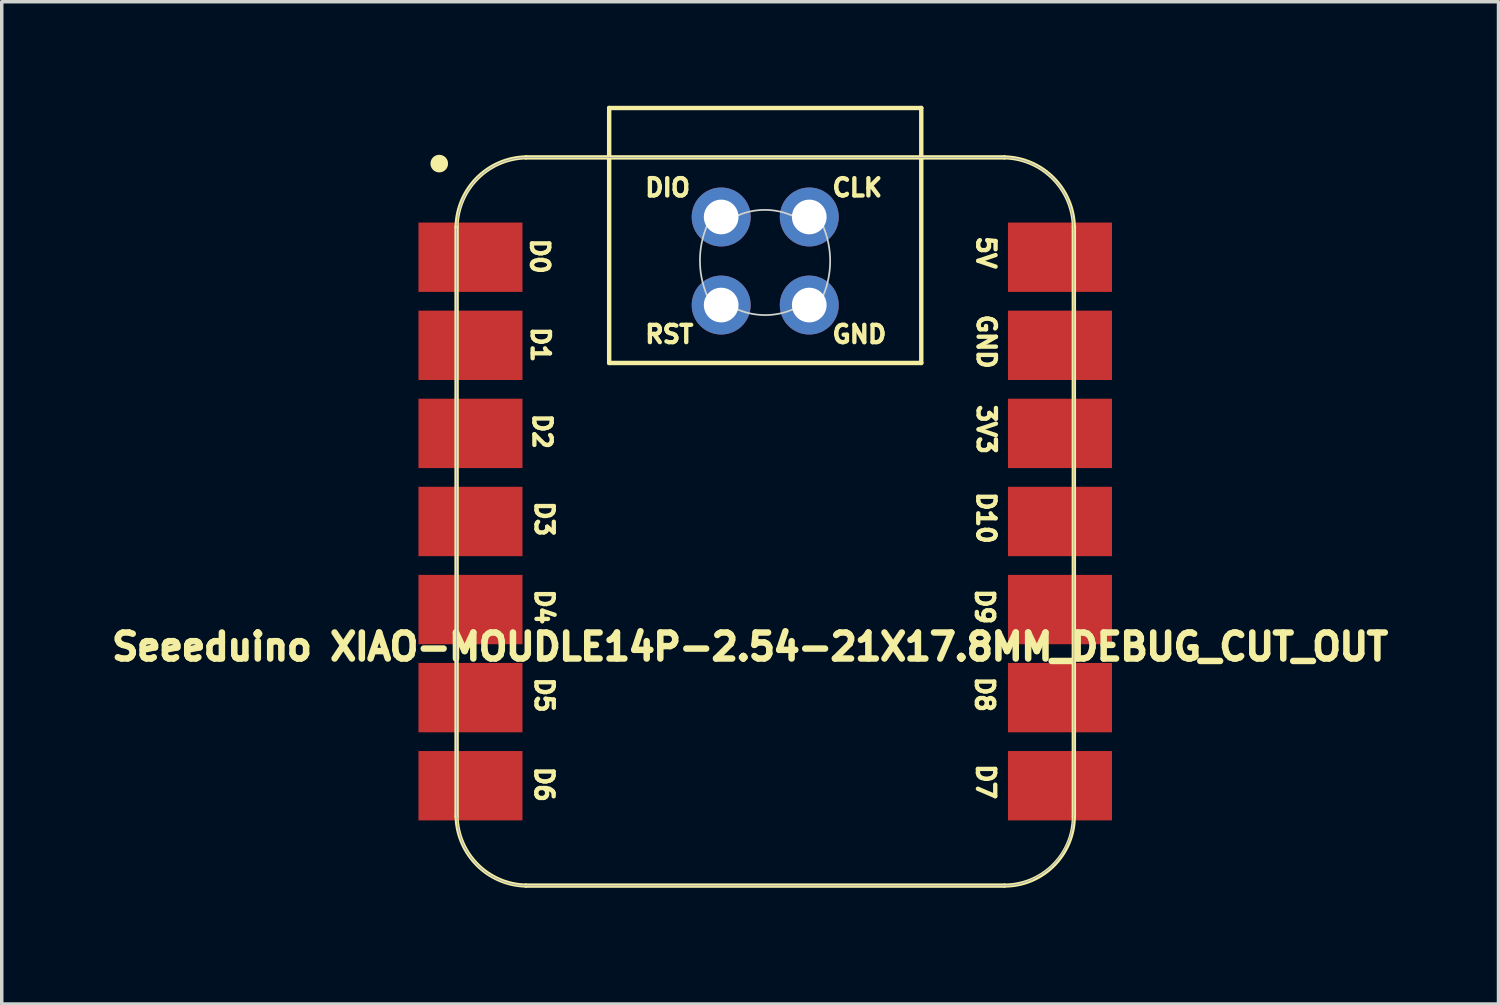
<source format=kicad_pcb>
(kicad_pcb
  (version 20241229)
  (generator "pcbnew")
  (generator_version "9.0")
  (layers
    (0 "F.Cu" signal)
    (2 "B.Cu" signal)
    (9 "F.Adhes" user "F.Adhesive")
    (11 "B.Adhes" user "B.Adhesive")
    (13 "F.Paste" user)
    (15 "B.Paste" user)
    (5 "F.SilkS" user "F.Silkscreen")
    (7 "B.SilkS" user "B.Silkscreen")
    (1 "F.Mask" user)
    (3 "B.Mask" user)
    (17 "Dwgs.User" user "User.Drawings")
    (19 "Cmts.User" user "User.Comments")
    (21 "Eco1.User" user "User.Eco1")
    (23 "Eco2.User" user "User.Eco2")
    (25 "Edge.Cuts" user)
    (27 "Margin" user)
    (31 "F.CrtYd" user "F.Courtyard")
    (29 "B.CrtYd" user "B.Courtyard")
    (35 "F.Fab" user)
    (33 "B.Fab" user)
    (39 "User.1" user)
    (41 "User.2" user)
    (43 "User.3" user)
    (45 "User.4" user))
  (footprint "Seeeduino XIAO-MOUDLE14P-2.54-21X17.8MM_DEBUG_CUT_OUT"
    (layer "F.Cu")
    (at 9.931 22.652)
    (property "Reference" "Seeeduino XIAO-MOUDLE14P-2.54-21X17.8MM_DEBUG_CUT_OUT" (at 8.65 -7.05 0) (layer "F.SilkS") (effects (font (size 0.75 0.75) (thickness 0.188))))
    (attr smd)
    (fp_line (start 0.186 -19.164) (end 0.186 -2.164) (stroke (width 0.127) (type solid)) (layer "F.SilkS"))
    (fp_line (start 2.186 -0.164) (end 15.986 -0.164) (stroke (width 0.127) (type solid)) (layer "F.SilkS"))
    (fp_line (start 4.586 -22.588) (end 13.586 -22.588) (stroke (width 0.127) (type solid)) (layer "F.SilkS"))
    (fp_line (start 4.586 -15.235) (end 4.586 -22.588) (stroke (width 0.127) (type solid)) (layer "F.SilkS"))
    (fp_line (start 13.586 -22.588) (end 13.586 -15.235) (stroke (width 0.127) (type solid)) (layer "F.SilkS"))
    (fp_line (start 13.586 -15.235) (end 4.586 -15.235) (stroke (width 0.127) (type solid)) (layer "F.SilkS"))
    (fp_line (start 15.986 -21.163) (end 2.186 -21.163) (stroke (width 0.127) (type solid)) (layer "F.SilkS"))
    (fp_line (start 17.986 -2.164) (end 17.986 -19.164) (stroke (width 0.127) (type solid)) (layer "F.SilkS"))
    (fp_arc (start 0.185786 -19.164214) (mid 0.784295 -20.565705) (end 2.185786 -21.164214) (stroke (width 0.12) (type solid)) (layer "F.SilkS"))
    (fp_arc (start 2.185786 -0.164214) (mid 0.784363 -0.762791) (end 0.185786 -2.164214) (stroke (width 0.12) (type solid)) (layer "F.SilkS"))
    (fp_arc (start 15.985786 -21.164214) (mid 17.38727 -20.565698) (end 17.985786 -19.164214) (stroke (width 0.12) (type solid)) (layer "F.SilkS"))
    (fp_arc (start 17.985786 -2.164214) (mid 17.400004 -0.749996) (end 15.985786 -0.164214) (stroke (width 0.12) (type solid)) (layer "F.SilkS"))
    (fp_circle (center -0.314 -20.984) (end -0.314 -21.238) (stroke (width 0) (type solid)) (fill yes) (layer "F.SilkS"))
    (fp_poly (pts (xy 0.198 -19.226) (xy 0.201 -19.275) (xy 0.205 -19.324)) (stroke (width 0.025) (type solid)) (fill no) (layer "F.SilkS"))
    (fp_poly (pts (xy 17.975 -2.143) (xy 17.973 -2.093) (xy 17.97 -2.045) (xy 17.966 -1.996) (xy 17.961 -1.947) (xy 17.954 -1.898) (xy 17.947 -1.85) (xy 17.938 -1.801) (xy 17.928 -1.753)) (stroke (width 0.025) (type solid)) (fill no) (layer "F.SilkS"))
    (fp_line (start 7.4 -17.2) (end 8.31 -16.77) (stroke (width 0.05) (type default)) (layer "Edge.Cuts"))
    (fp_line (start 8.325 -19.5) (end 7.4 -19.175) (stroke (width 0.05) (type default)) (layer "Edge.Cuts"))
    (fp_line (start 9.825 -19.5) (end 10.762 -19.163) (stroke (width 0.05) (type default)) (layer "Edge.Cuts"))
    (fp_line (start 10.762 -17.188) (end 9.86 -16.77) (stroke (width 0.05) (type default)) (layer "Edge.Cuts"))
    (fp_arc (start 7.4 -17.2) (mid 7.203574 -18.1875) (end 7.4 -19.175) (stroke (width 0.05) (type default)) (layer "Edge.Cuts"))
    (fp_arc (start 8.325 -19.5) (mid 9.075 -19.649184) (end 9.825 -19.5) (stroke (width 0.05) (type default)) (layer "Edge.Cuts"))
    (fp_arc (start 9.86 -16.77) (mid 9.085 -16.615843) (end 8.31 -16.77) (stroke (width 0.05) (type default)) (layer "Edge.Cuts"))
    (fp_arc (start 10.7625 -19.1625) (mid 10.958926 -18.175) (end 10.7625 -17.1875) (stroke (width 0.05) (type default)) (layer "Edge.Cuts"))
    (fp_line (start 0.186 -19.128) (end 0.186 -2.192) (stroke (width 0.025) (type solid)) (layer "F.Fab"))
    (fp_line (start 0.196 -2.192) (end 0.196 -2.143) (stroke (width 0.025) (type solid)) (layer "F.Fab"))
    (fp_line (start 0.196 -2.143) (end 0.198 -2.093) (stroke (width 0.025) (type solid)) (layer "F.Fab"))
    (fp_line (start 0.198 -19.226) (end 0.196 -19.177) (stroke (width 0.025) (type solid)) (layer "F.Fab"))
    (fp_line (start 0.198 -2.093) (end 0.201 -2.045) (stroke (width 0.025) (type solid)) (layer "F.Fab"))
    (fp_line (start 0.201 -19.275) (end 0.198 -19.226) (stroke (width 0.025) (type solid)) (layer "F.Fab"))
    (fp_line (start 0.201 -2.045) (end 0.205 -1.996) (stroke (width 0.025) (type solid)) (layer "F.Fab"))
    (fp_line (start 0.205 -19.324) (end 0.201 -19.275) (stroke (width 0.025) (type solid)) (layer "F.Fab"))
    (fp_line (start 0.205 -1.996) (end 0.211 -1.947) (stroke (width 0.025) (type solid)) (layer "F.Fab"))
    (fp_line (start 0.211 -19.372) (end 0.205 -19.324) (stroke (width 0.025) (type solid)) (layer "F.Fab"))
    (fp_line (start 0.211 -1.947) (end 0.217 -1.898) (stroke (width 0.025) (type solid)) (layer "F.Fab"))
    (fp_line (start 0.217 -19.421) (end 0.211 -19.372) (stroke (width 0.025) (type solid)) (layer "F.Fab"))
    (fp_line (start 0.217 -1.898) (end 0.225 -1.85) (stroke (width 0.025) (type solid)) (layer "F.Fab"))
    (fp_line (start 0.225 -19.47) (end 0.217 -19.421) (stroke (width 0.025) (type solid)) (layer "F.Fab"))
    (fp_line (start 0.225 -1.85) (end 0.234 -1.801) (stroke (width 0.025) (type solid)) (layer "F.Fab"))
    (fp_line (start 0.234 -19.518) (end 0.225 -19.47) (stroke (width 0.025) (type solid)) (layer "F.Fab"))
    (fp_line (start 0.234 -1.801) (end 0.244 -1.753) (stroke (width 0.025) (type solid)) (layer "F.Fab"))
    (fp_line (start 0.244 -19.566) (end 0.234 -19.518) (stroke (width 0.025) (type solid)) (layer "F.Fab"))
    (fp_line (start 0.244 -1.753) (end 0.255 -1.705) (stroke (width 0.025) (type solid)) (layer "F.Fab"))
    (fp_line (start 0.255 -19.614) (end 0.244 -19.566) (stroke (width 0.025) (type solid)) (layer "F.Fab"))
    (fp_line (start 0.255 -1.705) (end 0.267 -1.658) (stroke (width 0.025) (type solid)) (layer "F.Fab"))
    (fp_line (start 0.267 -19.662) (end 0.255 -19.614) (stroke (width 0.025) (type solid)) (layer "F.Fab"))
    (fp_line (start 0.267 -1.658) (end 0.281 -1.611) (stroke (width 0.025) (type solid)) (layer "F.Fab"))
    (fp_line (start 0.281 -19.709) (end 0.267 -19.662) (stroke (width 0.025) (type solid)) (layer "F.Fab"))
    (fp_line (start 0.281 -1.611) (end 0.295 -1.564) (stroke (width 0.025) (type solid)) (layer "F.Fab"))
    (fp_line (start 0.295 -19.756) (end 0.281 -19.709) (stroke (width 0.025) (type solid)) (layer "F.Fab"))
    (fp_line (start 0.295 -1.564) (end 0.311 -1.517) (stroke (width 0.025) (type solid)) (layer "F.Fab"))
    (fp_line (start 0.311 -19.802) (end 0.295 -19.756) (stroke (width 0.025) (type solid)) (layer "F.Fab"))
    (fp_line (start 0.311 -1.517) (end 0.328 -1.471) (stroke (width 0.025) (type solid)) (layer "F.Fab"))
    (fp_line (start 0.328 -19.848) (end 0.311 -19.802) (stroke (width 0.025) (type solid)) (layer "F.Fab"))
    (fp_line (start 0.328 -1.471) (end 0.346 -1.425) (stroke (width 0.025) (type solid)) (layer "F.Fab"))
    (fp_line (start 0.346 -19.894) (end 0.328 -19.848) (stroke (width 0.025) (type solid)) (layer "F.Fab"))
    (fp_line (start 0.346 -1.425) (end 0.365 -1.38) (stroke (width 0.025) (type solid)) (layer "F.Fab"))
    (fp_line (start 0.365 -19.939) (end 0.346 -19.894) (stroke (width 0.025) (type solid)) (layer "F.Fab"))
    (fp_line (start 0.365 -1.38) (end 0.385 -1.335) (stroke (width 0.025) (type solid)) (layer "F.Fab"))
    (fp_line (start 0.385 -19.984) (end 0.365 -19.939) (stroke (width 0.025) (type solid)) (layer "F.Fab"))
    (fp_line (start 0.385 -1.335) (end 0.406 -1.291) (stroke (width 0.025) (type solid)) (layer "F.Fab"))
    (fp_line (start 0.406 -20.028) (end 0.385 -19.984) (stroke (width 0.025) (type solid)) (layer "F.Fab"))
    (fp_line (start 0.406 -1.291) (end 0.428 -1.247) (stroke (width 0.025) (type solid)) (layer "F.Fab"))
    (fp_line (start 0.428 -20.072) (end 0.406 -20.028) (stroke (width 0.025) (type solid)) (layer "F.Fab"))
    (fp_line (start 0.428 -1.247) (end 0.452 -1.204) (stroke (width 0.025) (type solid)) (layer "F.Fab"))
    (fp_line (start 0.452 -20.115) (end 0.428 -20.072) (stroke (width 0.025) (type solid)) (layer "F.Fab"))
    (fp_line (start 0.452 -1.204) (end 0.476 -1.161) (stroke (width 0.025) (type solid)) (layer "F.Fab"))
    (fp_line (start 0.476 -20.158) (end 0.452 -20.115) (stroke (width 0.025) (type solid)) (layer "F.Fab"))
    (fp_line (start 0.476 -1.161) (end 0.502 -1.12) (stroke (width 0.025) (type solid)) (layer "F.Fab"))
    (fp_line (start 0.502 -20.2) (end 0.476 -20.158) (stroke (width 0.025) (type solid)) (layer "F.Fab"))
    (fp_line (start 0.502 -1.12) (end 0.528 -1.078) (stroke (width 0.025) (type solid)) (layer "F.Fab"))
    (fp_line (start 0.528 -20.241) (end 0.502 -20.2) (stroke (width 0.025) (type solid)) (layer "F.Fab"))
    (fp_line (start 0.528 -1.078) (end 0.555 -1.037) (stroke (width 0.025) (type solid)) (layer "F.Fab"))
    (fp_line (start 0.555 -20.282) (end 0.528 -20.241) (stroke (width 0.025) (type solid)) (layer "F.Fab"))
    (fp_line (start 0.555 -1.037) (end 0.584 -0.997) (stroke (width 0.025) (type solid)) (layer "F.Fab"))
    (fp_line (start 0.584 -20.322) (end 0.555 -20.282) (stroke (width 0.025) (type solid)) (layer "F.Fab"))
    (fp_line (start 0.584 -0.997) (end 0.613 -0.958) (stroke (width 0.025) (type solid)) (layer "F.Fab"))
    (fp_line (start 0.613 -20.361) (end 0.584 -20.322) (stroke (width 0.025) (type solid)) (layer "F.Fab"))
    (fp_line (start 0.613 -0.958) (end 0.644 -0.919) (stroke (width 0.025) (type solid)) (layer "F.Fab"))
    (fp_line (start 0.644 -20.4) (end 0.613 -20.361) (stroke (width 0.025) (type solid)) (layer "F.Fab"))
    (fp_line (start 0.644 -0.919) (end 0.675 -0.881) (stroke (width 0.025) (type solid)) (layer "F.Fab"))
    (fp_line (start 0.675 -20.438) (end 0.644 -20.4) (stroke (width 0.025) (type solid)) (layer "F.Fab"))
    (fp_line (start 0.675 -0.881) (end 0.707 -0.844) (stroke (width 0.025) (type solid)) (layer "F.Fab"))
    (fp_line (start 0.707 -20.475) (end 0.675 -20.438) (stroke (width 0.025) (type solid)) (layer "F.Fab"))
    (fp_line (start 0.707 -0.844) (end 0.74 -0.808) (stroke (width 0.025) (type solid)) (layer "F.Fab"))
    (fp_line (start 0.74 -20.511) (end 0.707 -20.475) (stroke (width 0.025) (type solid)) (layer "F.Fab"))
    (fp_line (start 0.74 -0.808) (end 0.774 -0.772) (stroke (width 0.025) (type solid)) (layer "F.Fab"))
    (fp_line (start 0.774 -20.547) (end 0.74 -20.511) (stroke (width 0.025) (type solid)) (layer "F.Fab"))
    (fp_line (start 0.774 -0.772) (end 0.808 -0.738) (stroke (width 0.025) (type solid)) (layer "F.Fab"))
    (fp_line (start 0.808 -20.582) (end 0.774 -20.547) (stroke (width 0.025) (type solid)) (layer "F.Fab"))
    (fp_line (start 0.808 -0.738) (end 0.844 -0.704) (stroke (width 0.025) (type solid)) (layer "F.Fab"))
    (fp_line (start 0.844 -20.616) (end 0.808 -20.582) (stroke (width 0.025) (type solid)) (layer "F.Fab"))
    (fp_line (start 0.844 -0.704) (end 0.88 -0.671) (stroke (width 0.025) (type solid)) (layer "F.Fab"))
    (fp_line (start 0.88 -20.649) (end 0.844 -20.616) (stroke (width 0.025) (type solid)) (layer "F.Fab"))
    (fp_line (start 0.88 -0.671) (end 0.917 -0.638) (stroke (width 0.025) (type solid)) (layer "F.Fab"))
    (fp_line (start 0.917 -20.681) (end 0.88 -20.649) (stroke (width 0.025) (type solid)) (layer "F.Fab"))
    (fp_line (start 0.917 -0.638) (end 0.955 -0.607) (stroke (width 0.025) (type solid)) (layer "F.Fab"))
    (fp_line (start 0.955 -20.712) (end 0.917 -20.681) (stroke (width 0.025) (type solid)) (layer "F.Fab"))
    (fp_line (start 0.955 -0.607) (end 0.994 -0.577) (stroke (width 0.025) (type solid)) (layer "F.Fab"))
    (fp_line (start 0.994 -20.742) (end 0.955 -20.712) (stroke (width 0.025) (type solid)) (layer "F.Fab"))
    (fp_line (start 0.994 -0.577) (end 1.033 -0.548) (stroke (width 0.025) (type solid)) (layer "F.Fab"))
    (fp_line (start 1.033 -20.772) (end 0.994 -20.742) (stroke (width 0.025) (type solid)) (layer "F.Fab"))
    (fp_line (start 1.033 -0.548) (end 1.073 -0.519) (stroke (width 0.025) (type solid)) (layer "F.Fab"))
    (fp_line (start 1.073 -20.8) (end 1.033 -20.772) (stroke (width 0.025) (type solid)) (layer "F.Fab"))
    (fp_line (start 1.073 -0.519) (end 1.114 -0.492) (stroke (width 0.025) (type solid)) (layer "F.Fab"))
    (fp_line (start 1.114 -20.827) (end 1.073 -20.8) (stroke (width 0.025) (type solid)) (layer "F.Fab"))
    (fp_line (start 1.114 -0.492) (end 1.156 -0.465) (stroke (width 0.025) (type solid)) (layer "F.Fab"))
    (fp_line (start 1.156 -20.854) (end 1.114 -20.827) (stroke (width 0.025) (type solid)) (layer "F.Fab"))
    (fp_line (start 1.156 -0.465) (end 1.198 -0.44) (stroke (width 0.025) (type solid)) (layer "F.Fab"))
    (fp_line (start 1.198 -20.879) (end 1.156 -20.854) (stroke (width 0.025) (type solid)) (layer "F.Fab"))
    (fp_line (start 1.198 -0.44) (end 1.24 -0.416) (stroke (width 0.025) (type solid)) (layer "F.Fab"))
    (fp_line (start 1.24 -20.904) (end 1.198 -20.879) (stroke (width 0.025) (type solid)) (layer "F.Fab"))
    (fp_line (start 1.24 -0.416) (end 1.283 -0.392) (stroke (width 0.025) (type solid)) (layer "F.Fab"))
    (fp_line (start 1.283 -20.927) (end 1.24 -20.904) (stroke (width 0.025) (type solid)) (layer "F.Fab"))
    (fp_line (start 1.283 -0.392) (end 1.327 -0.37) (stroke (width 0.025) (type solid)) (layer "F.Fab"))
    (fp_line (start 1.327 -20.949) (end 1.283 -20.927) (stroke (width 0.025) (type solid)) (layer "F.Fab"))
    (fp_line (start 1.327 -0.37) (end 1.372 -0.349) (stroke (width 0.025) (type solid)) (layer "F.Fab"))
    (fp_line (start 1.372 -20.97) (end 1.327 -20.949) (stroke (width 0.025) (type solid)) (layer "F.Fab"))
    (fp_line (start 1.372 -0.349) (end 1.416 -0.329) (stroke (width 0.025) (type solid)) (layer "F.Fab"))
    (fp_line (start 1.416 -20.99) (end 1.372 -20.97) (stroke (width 0.025) (type solid)) (layer "F.Fab"))
    (fp_line (start 1.416 -0.329) (end 1.461 -0.31) (stroke (width 0.025) (type solid)) (layer "F.Fab"))
    (fp_line (start 1.461 -21.01) (end 1.416 -20.99) (stroke (width 0.025) (type solid)) (layer "F.Fab"))
    (fp_line (start 1.461 -0.31) (end 1.507 -0.292) (stroke (width 0.025) (type solid)) (layer "F.Fab"))
    (fp_line (start 1.507 -21.028) (end 1.461 -21.01) (stroke (width 0.025) (type solid)) (layer "F.Fab"))
    (fp_line (start 1.507 -0.292) (end 1.553 -0.275) (stroke (width 0.025) (type solid)) (layer "F.Fab"))
    (fp_line (start 1.553 -21.044) (end 1.507 -21.028) (stroke (width 0.025) (type solid)) (layer "F.Fab"))
    (fp_line (start 1.553 -0.275) (end 1.6 -0.259) (stroke (width 0.025) (type solid)) (layer "F.Fab"))
    (fp_line (start 1.6 -21.06) (end 1.553 -21.044) (stroke (width 0.025) (type solid)) (layer "F.Fab"))
    (fp_line (start 1.6 -0.259) (end 1.647 -0.244) (stroke (width 0.025) (type solid)) (layer "F.Fab"))
    (fp_line (start 1.647 -21.075) (end 1.6 -21.06) (stroke (width 0.025) (type solid)) (layer "F.Fab"))
    (fp_line (start 1.647 -0.244) (end 1.694 -0.231) (stroke (width 0.025) (type solid)) (layer "F.Fab"))
    (fp_line (start 1.694 -21.088) (end 1.647 -21.075) (stroke (width 0.025) (type solid)) (layer "F.Fab"))
    (fp_line (start 1.694 -0.231) (end 1.741 -0.219) (stroke (width 0.025) (type solid)) (layer "F.Fab"))
    (fp_line (start 1.741 -21.101) (end 1.694 -21.088) (stroke (width 0.025) (type solid)) (layer "F.Fab"))
    (fp_line (start 1.741 -0.219) (end 1.789 -0.207) (stroke (width 0.025) (type solid)) (layer "F.Fab"))
    (fp_line (start 1.789 -21.112) (end 1.741 -21.101) (stroke (width 0.025) (type solid)) (layer "F.Fab"))
    (fp_line (start 1.789 -0.207) (end 1.837 -0.198) (stroke (width 0.025) (type solid)) (layer "F.Fab"))
    (fp_line (start 1.837 -21.122) (end 1.789 -21.112) (stroke (width 0.025) (type solid)) (layer "F.Fab"))
    (fp_line (start 1.837 -0.198) (end 1.886 -0.189) (stroke (width 0.025) (type solid)) (layer "F.Fab"))
    (fp_line (start 1.886 -21.131) (end 1.837 -21.122) (stroke (width 0.025) (type solid)) (layer "F.Fab"))
    (fp_line (start 1.886 -0.189) (end 1.934 -0.181) (stroke (width 0.025) (type solid)) (layer "F.Fab"))
    (fp_line (start 1.934 -21.138) (end 1.886 -21.131) (stroke (width 0.025) (type solid)) (layer "F.Fab"))
    (fp_line (start 1.934 -0.181) (end 1.983 -0.174) (stroke (width 0.025) (type solid)) (layer "F.Fab"))
    (fp_line (start 1.983 -21.145) (end 1.934 -21.138) (stroke (width 0.025) (type solid)) (layer "F.Fab"))
    (fp_line (start 1.983 -0.174) (end 2.032 -0.169) (stroke (width 0.025) (type solid)) (layer "F.Fab"))
    (fp_line (start 2.032 -21.15) (end 1.983 -21.145) (stroke (width 0.025) (type solid)) (layer "F.Fab"))
    (fp_line (start 2.032 -0.169) (end 2.081 -0.165) (stroke (width 0.025) (type solid)) (layer "F.Fab"))
    (fp_line (start 2.081 -21.154) (end 2.032 -21.15) (stroke (width 0.025) (type solid)) (layer "F.Fab"))
    (fp_line (start 2.081 -0.165) (end 2.129 -0.162) (stroke (width 0.025) (type solid)) (layer "F.Fab"))
    (fp_line (start 2.129 -21.157) (end 2.081 -21.154) (stroke (width 0.025) (type solid)) (layer "F.Fab"))
    (fp_line (start 2.129 -0.162) (end 2.179 -0.16) (stroke (width 0.025) (type solid)) (layer "F.Fab"))
    (fp_line (start 2.179 -21.159) (end 2.129 -21.157) (stroke (width 0.025) (type solid)) (layer "F.Fab"))
    (fp_line (start 2.179 -0.16) (end 2.228 -0.16) (stroke (width 0.025) (type solid)) (layer "F.Fab"))
    (fp_line (start 2.228 -21.16) (end 2.179 -21.159) (stroke (width 0.025) (type solid)) (layer "F.Fab"))
    (fp_line (start 2.228 -0.16) (end 15.944 -0.16) (stroke (width 0.025) (type solid)) (layer "F.Fab"))
    (fp_line (start 15.944 -21.16) (end 2.228 -21.16) (stroke (width 0.025) (type solid)) (layer "F.Fab"))
    (fp_line (start 15.944 -0.16) (end 15.993 -0.16) (stroke (width 0.025) (type solid)) (layer "F.Fab"))
    (fp_line (start 15.993 -21.159) (end 15.944 -21.16) (stroke (width 0.025) (type solid)) (layer "F.Fab"))
    (fp_line (start 15.993 -0.16) (end 16.042 -0.162) (stroke (width 0.025) (type solid)) (layer "F.Fab"))
    (fp_line (start 16.042 -21.157) (end 15.993 -21.159) (stroke (width 0.025) (type solid)) (layer "F.Fab"))
    (fp_line (start 16.042 -0.162) (end 16.091 -0.165) (stroke (width 0.025) (type solid)) (layer "F.Fab"))
    (fp_line (start 16.091 -21.154) (end 16.042 -21.157) (stroke (width 0.025) (type solid)) (layer "F.Fab"))
    (fp_line (start 16.091 -0.165) (end 16.14 -0.169) (stroke (width 0.025) (type solid)) (layer "F.Fab"))
    (fp_line (start 16.14 -21.15) (end 16.091 -21.154) (stroke (width 0.025) (type solid)) (layer "F.Fab"))
    (fp_line (start 16.14 -0.169) (end 16.189 -0.174) (stroke (width 0.025) (type solid)) (layer "F.Fab"))
    (fp_line (start 16.189 -21.145) (end 16.14 -21.15) (stroke (width 0.025) (type solid)) (layer "F.Fab"))
    (fp_line (start 16.189 -0.174) (end 16.237 -0.181) (stroke (width 0.025) (type solid)) (layer "F.Fab"))
    (fp_line (start 16.237 -21.138) (end 16.189 -21.145) (stroke (width 0.025) (type solid)) (layer "F.Fab"))
    (fp_line (start 16.237 -0.181) (end 16.286 -0.189) (stroke (width 0.025) (type solid)) (layer "F.Fab"))
    (fp_line (start 16.286 -21.131) (end 16.237 -21.138) (stroke (width 0.025) (type solid)) (layer "F.Fab"))
    (fp_line (start 16.286 -0.189) (end 16.334 -0.198) (stroke (width 0.025) (type solid)) (layer "F.Fab"))
    (fp_line (start 16.334 -21.122) (end 16.286 -21.131) (stroke (width 0.025) (type solid)) (layer "F.Fab"))
    (fp_line (start 16.334 -0.198) (end 16.382 -0.207) (stroke (width 0.025) (type solid)) (layer "F.Fab"))
    (fp_line (start 16.382 -21.112) (end 16.334 -21.122) (stroke (width 0.025) (type solid)) (layer "F.Fab"))
    (fp_line (start 16.382 -0.207) (end 16.43 -0.219) (stroke (width 0.025) (type solid)) (layer "F.Fab"))
    (fp_line (start 16.43 -21.101) (end 16.382 -21.112) (stroke (width 0.025) (type solid)) (layer "F.Fab"))
    (fp_line (start 16.43 -0.219) (end 16.478 -0.231) (stroke (width 0.025) (type solid)) (layer "F.Fab"))
    (fp_line (start 16.478 -21.088) (end 16.43 -21.101) (stroke (width 0.025) (type solid)) (layer "F.Fab"))
    (fp_line (start 16.478 -0.231) (end 16.525 -0.244) (stroke (width 0.025) (type solid)) (layer "F.Fab"))
    (fp_line (start 16.525 -21.075) (end 16.478 -21.088) (stroke (width 0.025) (type solid)) (layer "F.Fab"))
    (fp_line (start 16.525 -0.244) (end 16.572 -0.259) (stroke (width 0.025) (type solid)) (layer "F.Fab"))
    (fp_line (start 16.572 -21.06) (end 16.525 -21.075) (stroke (width 0.025) (type solid)) (layer "F.Fab"))
    (fp_line (start 16.572 -0.259) (end 16.618 -0.275) (stroke (width 0.025) (type solid)) (layer "F.Fab"))
    (fp_line (start 16.618 -21.044) (end 16.572 -21.06) (stroke (width 0.025) (type solid)) (layer "F.Fab"))
    (fp_line (start 16.618 -0.275) (end 16.664 -0.292) (stroke (width 0.025) (type solid)) (layer "F.Fab"))
    (fp_line (start 16.664 -21.028) (end 16.618 -21.044) (stroke (width 0.025) (type solid)) (layer "F.Fab"))
    (fp_line (start 16.664 -0.292) (end 16.71 -0.31) (stroke (width 0.025) (type solid)) (layer "F.Fab"))
    (fp_line (start 16.71 -21.01) (end 16.664 -21.028) (stroke (width 0.025) (type solid)) (layer "F.Fab"))
    (fp_line (start 16.71 -0.31) (end 16.755 -0.329) (stroke (width 0.025) (type solid)) (layer "F.Fab"))
    (fp_line (start 16.755 -20.99) (end 16.71 -21.01) (stroke (width 0.025) (type solid)) (layer "F.Fab"))
    (fp_line (start 16.755 -0.329) (end 16.8 -0.349) (stroke (width 0.025) (type solid)) (layer "F.Fab"))
    (fp_line (start 16.8 -20.97) (end 16.755 -20.99) (stroke (width 0.025) (type solid)) (layer "F.Fab"))
    (fp_line (start 16.8 -0.349) (end 16.844 -0.37) (stroke (width 0.025) (type solid)) (layer "F.Fab"))
    (fp_line (start 16.844 -20.949) (end 16.8 -20.97) (stroke (width 0.025) (type solid)) (layer "F.Fab"))
    (fp_line (start 16.844 -0.37) (end 16.888 -0.392) (stroke (width 0.025) (type solid)) (layer "F.Fab"))
    (fp_line (start 16.888 -20.927) (end 16.844 -20.949) (stroke (width 0.025) (type solid)) (layer "F.Fab"))
    (fp_line (start 16.888 -0.392) (end 16.931 -0.416) (stroke (width 0.025) (type solid)) (layer "F.Fab"))
    (fp_line (start 16.931 -20.904) (end 16.888 -20.927) (stroke (width 0.025) (type solid)) (layer "F.Fab"))
    (fp_line (start 16.931 -0.416) (end 16.974 -0.44) (stroke (width 0.025) (type solid)) (layer "F.Fab"))
    (fp_line (start 16.974 -20.879) (end 16.931 -20.904) (stroke (width 0.025) (type solid)) (layer "F.Fab"))
    (fp_line (start 16.974 -0.44) (end 17.016 -0.465) (stroke (width 0.025) (type solid)) (layer "F.Fab"))
    (fp_line (start 17.016 -20.854) (end 16.974 -20.879) (stroke (width 0.025) (type solid)) (layer "F.Fab"))
    (fp_line (start 17.016 -0.465) (end 17.057 -0.492) (stroke (width 0.025) (type solid)) (layer "F.Fab"))
    (fp_line (start 17.057 -20.827) (end 17.016 -20.854) (stroke (width 0.025) (type solid)) (layer "F.Fab"))
    (fp_line (start 17.057 -0.492) (end 17.098 -0.519) (stroke (width 0.025) (type solid)) (layer "F.Fab"))
    (fp_line (start 17.098 -20.8) (end 17.057 -20.827) (stroke (width 0.025) (type solid)) (layer "F.Fab"))
    (fp_line (start 17.098 -0.519) (end 17.138 -0.548) (stroke (width 0.025) (type solid)) (layer "F.Fab"))
    (fp_line (start 17.138 -20.772) (end 17.098 -20.8) (stroke (width 0.025) (type solid)) (layer "F.Fab"))
    (fp_line (start 17.138 -0.548) (end 17.177 -0.577) (stroke (width 0.025) (type solid)) (layer "F.Fab"))
    (fp_line (start 17.177 -20.742) (end 17.138 -20.772) (stroke (width 0.025) (type solid)) (layer "F.Fab"))
    (fp_line (start 17.177 -0.577) (end 17.216 -0.607) (stroke (width 0.025) (type solid)) (layer "F.Fab"))
    (fp_line (start 17.216 -20.712) (end 17.177 -20.742) (stroke (width 0.025) (type solid)) (layer "F.Fab"))
    (fp_line (start 17.216 -0.607) (end 17.254 -0.638) (stroke (width 0.025) (type solid)) (layer "F.Fab"))
    (fp_line (start 17.254 -20.681) (end 17.216 -20.712) (stroke (width 0.025) (type solid)) (layer "F.Fab"))
    (fp_line (start 17.254 -0.638) (end 17.291 -0.671) (stroke (width 0.025) (type solid)) (layer "F.Fab"))
    (fp_line (start 17.291 -20.649) (end 17.254 -20.681) (stroke (width 0.025) (type solid)) (layer "F.Fab"))
    (fp_line (start 17.291 -0.671) (end 17.328 -0.704) (stroke (width 0.025) (type solid)) (layer "F.Fab"))
    (fp_line (start 17.328 -20.616) (end 17.291 -20.649) (stroke (width 0.025) (type solid)) (layer "F.Fab"))
    (fp_line (start 17.328 -0.704) (end 17.363 -0.738) (stroke (width 0.025) (type solid)) (layer "F.Fab"))
    (fp_line (start 17.363 -20.582) (end 17.328 -20.616) (stroke (width 0.025) (type solid)) (layer "F.Fab"))
    (fp_line (start 17.363 -0.738) (end 17.398 -0.772) (stroke (width 0.025) (type solid)) (layer "F.Fab"))
    (fp_line (start 17.398 -20.547) (end 17.363 -20.582) (stroke (width 0.025) (type solid)) (layer "F.Fab"))
    (fp_line (start 17.398 -0.772) (end 17.432 -0.808) (stroke (width 0.025) (type solid)) (layer "F.Fab"))
    (fp_line (start 17.432 -20.511) (end 17.398 -20.547) (stroke (width 0.025) (type solid)) (layer "F.Fab"))
    (fp_line (start 17.432 -0.808) (end 17.465 -0.844) (stroke (width 0.025) (type solid)) (layer "F.Fab"))
    (fp_line (start 17.465 -20.475) (end 17.432 -20.511) (stroke (width 0.025) (type solid)) (layer "F.Fab"))
    (fp_line (start 17.465 -0.844) (end 17.497 -0.881) (stroke (width 0.025) (type solid)) (layer "F.Fab"))
    (fp_line (start 17.497 -20.438) (end 17.465 -20.475) (stroke (width 0.025) (type solid)) (layer "F.Fab"))
    (fp_line (start 17.497 -0.881) (end 17.528 -0.919) (stroke (width 0.025) (type solid)) (layer "F.Fab"))
    (fp_line (start 17.528 -20.4) (end 17.497 -20.438) (stroke (width 0.025) (type solid)) (layer "F.Fab"))
    (fp_line (start 17.528 -0.919) (end 17.558 -0.958) (stroke (width 0.025) (type solid)) (layer "F.Fab"))
    (fp_line (start 17.558 -20.361) (end 17.528 -20.4) (stroke (width 0.025) (type solid)) (layer "F.Fab"))
    (fp_line (start 17.558 -0.958) (end 17.588 -0.997) (stroke (width 0.025) (type solid)) (layer "F.Fab"))
    (fp_line (start 17.588 -20.322) (end 17.558 -20.361) (stroke (width 0.025) (type solid)) (layer "F.Fab"))
    (fp_line (start 17.588 -0.997) (end 17.616 -1.037) (stroke (width 0.025) (type solid)) (layer "F.Fab"))
    (fp_line (start 17.616 -20.282) (end 17.588 -20.322) (stroke (width 0.025) (type solid)) (layer "F.Fab"))
    (fp_line (start 17.616 -1.037) (end 17.644 -1.078) (stroke (width 0.025) (type solid)) (layer "F.Fab"))
    (fp_line (start 17.644 -20.241) (end 17.616 -20.282) (stroke (width 0.025) (type solid)) (layer "F.Fab"))
    (fp_line (start 17.644 -1.078) (end 17.67 -1.12) (stroke (width 0.025) (type solid)) (layer "F.Fab"))
    (fp_line (start 17.67 -20.2) (end 17.644 -20.241) (stroke (width 0.025) (type solid)) (layer "F.Fab"))
    (fp_line (start 17.67 -1.12) (end 17.695 -1.161) (stroke (width 0.025) (type solid)) (layer "F.Fab"))
    (fp_line (start 17.695 -20.158) (end 17.67 -20.2) (stroke (width 0.025) (type solid)) (layer "F.Fab"))
    (fp_line (start 17.695 -1.161) (end 17.72 -1.204) (stroke (width 0.025) (type solid)) (layer "F.Fab"))
    (fp_line (start 17.72 -20.115) (end 17.695 -20.158) (stroke (width 0.025) (type solid)) (layer "F.Fab"))
    (fp_line (start 17.72 -1.204) (end 17.743 -1.247) (stroke (width 0.025) (type solid)) (layer "F.Fab"))
    (fp_line (start 17.743 -20.072) (end 17.72 -20.115) (stroke (width 0.025) (type solid)) (layer "F.Fab"))
    (fp_line (start 17.743 -1.247) (end 17.765 -1.291) (stroke (width 0.025) (type solid)) (layer "F.Fab"))
    (fp_line (start 17.765 -20.028) (end 17.743 -20.072) (stroke (width 0.025) (type solid)) (layer "F.Fab"))
    (fp_line (start 17.765 -1.291) (end 17.787 -1.335) (stroke (width 0.025) (type solid)) (layer "F.Fab"))
    (fp_line (start 17.787 -19.984) (end 17.765 -20.028) (stroke (width 0.025) (type solid)) (layer "F.Fab"))
    (fp_line (start 17.787 -1.335) (end 17.807 -1.38) (stroke (width 0.025) (type solid)) (layer "F.Fab"))
    (fp_line (start 17.807 -19.939) (end 17.787 -19.984) (stroke (width 0.025) (type solid)) (layer "F.Fab"))
    (fp_line (start 17.807 -1.38) (end 17.826 -1.425) (stroke (width 0.025) (type solid)) (layer "F.Fab"))
    (fp_line (start 17.826 -19.894) (end 17.807 -19.939) (stroke (width 0.025) (type solid)) (layer "F.Fab"))
    (fp_line (start 17.826 -1.425) (end 17.844 -1.471) (stroke (width 0.025) (type solid)) (layer "F.Fab"))
    (fp_line (start 17.844 -19.848) (end 17.826 -19.894) (stroke (width 0.025) (type solid)) (layer "F.Fab"))
    (fp_line (start 17.844 -1.471) (end 17.86 -1.517) (stroke (width 0.025) (type solid)) (layer "F.Fab"))
    (fp_line (start 17.86 -19.802) (end 17.844 -19.848) (stroke (width 0.025) (type solid)) (layer "F.Fab"))
    (fp_line (start 17.86 -1.517) (end 17.876 -1.564) (stroke (width 0.025) (type solid)) (layer "F.Fab"))
    (fp_line (start 17.876 -19.756) (end 17.86 -19.802) (stroke (width 0.025) (type solid)) (layer "F.Fab"))
    (fp_line (start 17.876 -1.564) (end 17.891 -1.611) (stroke (width 0.025) (type solid)) (layer "F.Fab"))
    (fp_line (start 17.891 -19.709) (end 17.876 -19.756) (stroke (width 0.025) (type solid)) (layer "F.Fab"))
    (fp_line (start 17.891 -1.611) (end 17.904 -1.658) (stroke (width 0.025) (type solid)) (layer "F.Fab"))
    (fp_line (start 17.904 -19.662) (end 17.891 -19.709) (stroke (width 0.025) (type solid)) (layer "F.Fab"))
    (fp_line (start 17.904 -1.658) (end 17.917 -1.705) (stroke (width 0.025) (type solid)) (layer "F.Fab"))
    (fp_line (start 17.917 -19.614) (end 17.904 -19.662) (stroke (width 0.025) (type solid)) (layer "F.Fab"))
    (fp_line (start 17.917 -1.705) (end 17.928 -1.753) (stroke (width 0.025) (type solid)) (layer "F.Fab"))
    (fp_line (start 17.928 -19.566) (end 17.917 -19.614) (stroke (width 0.025) (type solid)) (layer "F.Fab"))
    (fp_line (start 17.928 -1.753) (end 17.938 -1.801) (stroke (width 0.025) (type solid)) (layer "F.Fab"))
    (fp_line (start 17.938 -19.518) (end 17.928 -19.566) (stroke (width 0.025) (type solid)) (layer "F.Fab"))
    (fp_line (start 17.938 -1.801) (end 17.947 -1.85) (stroke (width 0.025) (type solid)) (layer "F.Fab"))
    (fp_line (start 17.947 -19.47) (end 17.938 -19.518) (stroke (width 0.025) (type solid)) (layer "F.Fab"))
    (fp_line (start 17.947 -1.85) (end 17.954 -1.898) (stroke (width 0.025) (type solid)) (layer "F.Fab"))
    (fp_line (start 17.954 -19.421) (end 17.947 -19.47) (stroke (width 0.025) (type solid)) (layer "F.Fab"))
    (fp_line (start 17.954 -1.898) (end 17.961 -1.947) (stroke (width 0.025) (type solid)) (layer "F.Fab"))
    (fp_line (start 17.961 -19.372) (end 17.954 -19.421) (stroke (width 0.025) (type solid)) (layer "F.Fab"))
    (fp_line (start 17.961 -1.947) (end 17.966 -1.996) (stroke (width 0.025) (type solid)) (layer "F.Fab"))
    (fp_line (start 17.966 -19.324) (end 17.961 -19.372) (stroke (width 0.025) (type solid)) (layer "F.Fab"))
    (fp_line (start 17.966 -1.996) (end 17.97 -2.045) (stroke (width 0.025) (type solid)) (layer "F.Fab"))
    (fp_line (start 17.97 -19.275) (end 17.966 -19.324) (stroke (width 0.025) (type solid)) (layer "F.Fab"))
    (fp_line (start 17.97 -2.045) (end 17.973 -2.093) (stroke (width 0.025) (type solid)) (layer "F.Fab"))
    (fp_line (start 17.973 -19.226) (end 17.97 -19.275) (stroke (width 0.025) (type solid)) (layer "F.Fab"))
    (fp_line (start 17.973 -2.093) (end 17.975 -2.143) (stroke (width 0.025) (type solid)) (layer "F.Fab"))
    (fp_line (start 17.975 -19.177) (end 17.973 -19.226) (stroke (width 0.025) (type solid)) (layer "F.Fab"))
    (fp_line (start 17.975 -2.143) (end 17.976 -2.192) (stroke (width 0.025) (type solid)) (layer "F.Fab"))
    (fp_line (start 17.976 -19.128) (end 17.975 -19.177) (stroke (width 0.025) (type solid)) (layer "F.Fab"))
    (fp_line (start 17.986 -2.192) (end 17.986 -19.128) (stroke (width 0.025) (type solid)) (layer "F.Fab"))
    (fp_text user "DIO" (at 6.272 -20.29 0) (unlocked yes) (layer "F.SilkS") (effects (font (size 0.5 0.5) (thickness 0.125))))
    (fp_text user "GND" (at 15.464 -15.849 270) (unlocked yes) (layer "F.SilkS") (effects (font (size 0.5 0.5) (thickness 0.125))))
    (fp_text user "D3" (at 2.714 -10.74 270) (unlocked yes) (layer "F.SilkS") (effects (font (size 0.5 0.5) (thickness 0.125))))
    (fp_text user "D5" (at 2.714 -5.66 270) (unlocked yes) (layer "F.SilkS") (effects (font (size 0.5 0.5) (thickness 0.125))))
    (fp_text user "D0" (at 2.584 -18.314 270) (unlocked yes) (layer "F.SilkS") (effects (font (size 0.5 0.5) (thickness 0.125))))
    (fp_text user "RST" (at 6.32 -16.06 0) (unlocked yes) (layer "F.SilkS") (effects (font (size 0.5 0.5) (thickness 0.125))))
    (fp_text user "5V" (at 15.454 -18.419 270) (unlocked yes) (layer "F.SilkS") (effects (font (size 0.5 0.5) (thickness 0.125))))
    (fp_text user "GND" (at 11.8 -16.06 0) (unlocked yes) (layer "F.SilkS") (effects (font (size 0.5 0.5) (thickness 0.125))))
    (fp_text user "D4" (at 2.714 -8.2 270) (unlocked yes) (layer "F.SilkS") (effects (font (size 0.5 0.5) (thickness 0.125))))
    (fp_text user "D1" (at 2.604 -15.764 270) (unlocked yes) (layer "F.SilkS") (effects (font (size 0.5 0.5) (thickness 0.125))))
    (fp_text user "D10" (at 15.454 -10.769 270) (unlocked yes) (layer "F.SilkS") (effects (font (size 0.5 0.5) (thickness 0.125))))
    (fp_text user "D8" (at 15.414 -5.679 270) (unlocked yes) (layer "F.SilkS") (effects (font (size 0.5 0.5) (thickness 0.125))))
    (fp_text user "D6" (at 2.71 -3.084 270) (unlocked yes) (layer "F.SilkS") (effects (font (size 0.5 0.5) (thickness 0.125))))
    (fp_text user "D9" (at 15.414 -8.209 270) (unlocked yes) (layer "F.SilkS") (effects (font (size 0.5 0.5) (thickness 0.125))))
    (fp_text user "D7" (at 15.444 -3.159 270) (unlocked yes) (layer "F.SilkS") (effects (font (size 0.5 0.5) (thickness 0.125))))
    (fp_text user "CLK" (at 11.74 -20.29 0) (unlocked yes) (layer "F.SilkS") (effects (font (size 0.5 0.5) (thickness 0.125))))
    (fp_text user "D2" (at 2.654 -13.264 270) (unlocked yes) (layer "F.SilkS") (effects (font (size 0.5 0.5) (thickness 0.125))))
    (fp_text user "3V3" (at 15.464 -13.319 270) (unlocked yes) (layer "F.SilkS") (effects (font (size 0.5 0.5) (thickness 0.125))))
    (pad "1" smd rect (at 0.586 -18.284) (size 3 2) (layers "F.Cu" "F.Mask" "F.Paste"))
    (pad "2" smd rect (at 0.586 -15.744) (size 3 2) (layers "F.Cu" "F.Mask" "F.Paste"))
    (pad "3" smd rect (at 0.586 -13.204) (size 3 2) (layers "F.Cu" "F.Mask" "F.Paste"))
    (pad "4" smd rect (at 0.586 -10.664) (size 3 2) (layers "F.Cu" "F.Mask" "F.Paste"))
    (pad "5" smd rect (at 0.586 -8.124) (size 3 2) (layers "F.Cu" "F.Mask" "F.Paste"))
    (pad "6" smd rect (at 0.586 -5.584 180) (size 3 2) (layers "F.Cu" "F.Mask" "F.Paste"))
    (pad "7" smd rect (at 0.586 -3.044) (size 3 2) (layers "F.Cu" "F.Mask" "F.Paste"))
    (pad "8" smd rect (at 17.586 -3.044) (size 3 2) (layers "F.Cu" "F.Mask" "F.Paste"))
    (pad "9" smd rect (at 17.586 -5.584) (size 3 2) (layers "F.Cu" "F.Mask" "F.Paste"))
    (pad "10" smd rect (at 17.586 -8.124) (size 3 2) (layers "F.Cu" "F.Mask" "F.Paste"))
    (pad "11" smd rect (at 17.586 -10.664) (size 3 2) (layers "F.Cu" "F.Mask" "F.Paste"))
    (pad "12" smd rect (at 17.586 -13.204) (size 3 2) (layers "F.Cu" "F.Mask" "F.Paste"))
    (pad "13" smd rect (at 17.586 -15.744) (size 3 2) (layers "F.Cu" "F.Mask" "F.Paste"))
    (pad "14" smd rect (at 17.586 -18.284) (size 3 2) (layers "F.Cu" "F.Mask" "F.Paste"))
    (pad "17" smd circle (at 7.816 -19.445 90) (size 1.5 1.5) (layers "F.Cu"))
    (pad "17" thru_hole oval (at 7.816 -19.445) (size 1.7 1.7) (drill 1) (layers "*.Cu" "*.Mask"))
    (pad "18" smd circle (at 10.356 -19.445 90) (size 1.5 1.5) (layers "F.Cu"))
    (pad "18" thru_hole oval (at 10.356 -19.445) (size 1.7 1.7) (drill 1) (layers "*.Cu" "*.Mask"))
    (pad "19" smd circle (at 7.816 -16.905 90) (size 1.5 1.5) (layers "F.Cu"))
    (pad "19" thru_hole oval (at 7.816 -16.905) (size 1.7 1.7) (drill 1) (layers "*.Cu" "*.Mask"))
    (pad "20" smd circle (at 10.356 -16.905 90) (size 1.5 1.5) (layers "F.Cu"))
    (pad "20" thru_hole oval (at 10.356 -16.905) (size 1.7 1.7) (drill 1) (layers "*.Cu" "*.Mask")))
  (gr_rect
    (start -3 -3)
    (end 40.163 25.902)
    (stroke (width 0.1) (type default))
    (fill no)
    (layer "Edge.Cuts")))
</source>
